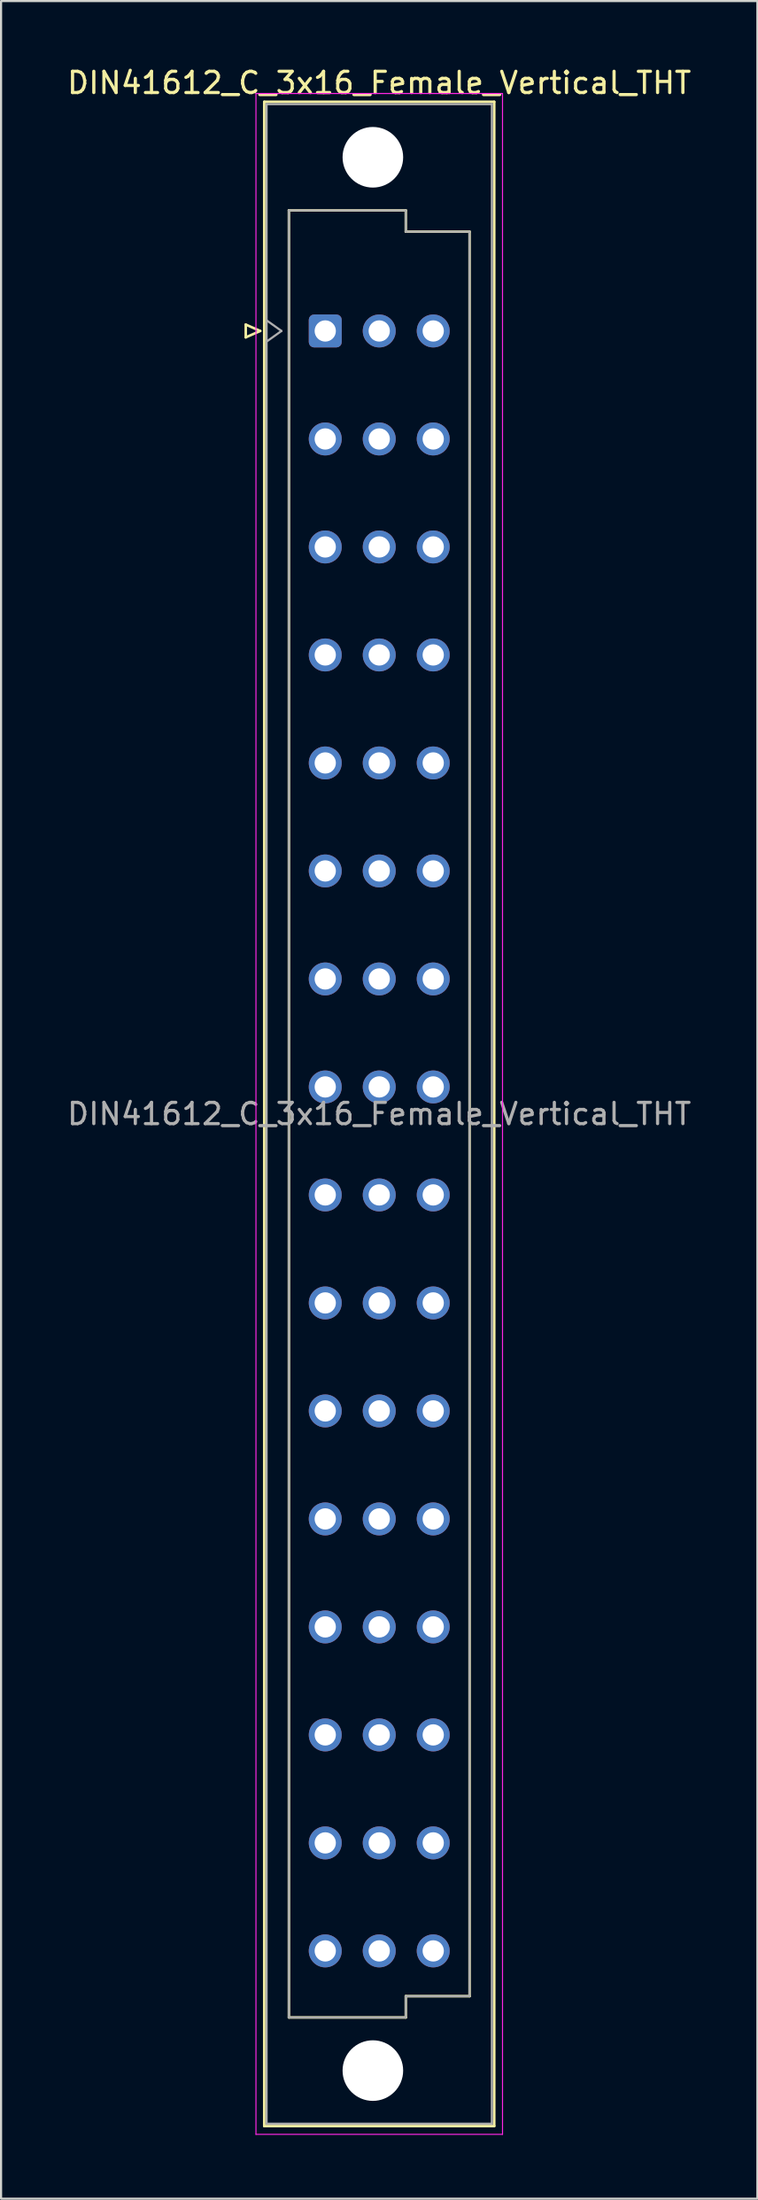
<source format=kicad_pcb>
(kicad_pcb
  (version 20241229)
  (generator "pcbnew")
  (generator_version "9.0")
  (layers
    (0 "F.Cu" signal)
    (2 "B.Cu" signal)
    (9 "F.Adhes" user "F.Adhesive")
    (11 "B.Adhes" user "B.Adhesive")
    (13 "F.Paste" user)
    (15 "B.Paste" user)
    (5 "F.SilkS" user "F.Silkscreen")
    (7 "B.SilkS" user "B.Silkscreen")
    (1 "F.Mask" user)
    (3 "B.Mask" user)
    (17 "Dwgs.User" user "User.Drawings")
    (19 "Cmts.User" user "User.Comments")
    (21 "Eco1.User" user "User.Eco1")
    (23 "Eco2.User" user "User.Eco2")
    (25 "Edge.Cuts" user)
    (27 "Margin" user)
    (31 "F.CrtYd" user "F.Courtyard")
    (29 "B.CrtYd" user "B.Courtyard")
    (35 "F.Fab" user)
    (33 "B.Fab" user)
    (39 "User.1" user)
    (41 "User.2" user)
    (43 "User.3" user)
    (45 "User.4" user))
  (footprint "DIN41612_C_3x16_Female_Vertical_THT"
    (layer "F.Cu")
    (at 12.252 9.978)
    (property "Reference" "DIN41612_C_3x16_Female_Vertical_THT" (at 2.54 -9.13 0) (layer "F.SilkS") (effects (font (size 1 1) (thickness 0.15))))
    (attr through_hole)
    (fp_line (start -3.74 2.24) (end -3.74 2.84) (stroke (width 0.12) (type solid)) (layer "F.SilkS"))
    (fp_line (start -3.74 2.84) (end -3.06 2.54) (stroke (width 0.12) (type solid)) (layer "F.SilkS"))
    (fp_line (start -3.06 2.54) (end -3.74 2.24) (stroke (width 0.12) (type solid)) (layer "F.SilkS"))
    (fp_line (start -2.87 -8.24) (end 7.95 -8.24) (stroke (width 0.12) (type solid)) (layer "F.SilkS"))
    (fp_line (start -2.87 86.98) (end -2.87 -8.24) (stroke (width 0.12) (type solid)) (layer "F.SilkS"))
    (fp_line (start -1.71 -3.131) (end 3.79 -3.131) (stroke (width 0.12) (type solid)) (layer "F.SilkS"))
    (fp_line (start -1.71 81.87) (end -1.71 -3.131) (stroke (width 0.12) (type solid)) (layer "F.SilkS"))
    (fp_line (start 3.79 -3.131) (end 3.79 -2.131) (stroke (width 0.12) (type solid)) (layer "F.SilkS"))
    (fp_line (start 3.79 -2.131) (end 6.79 -2.131) (stroke (width 0.12) (type solid)) (layer "F.SilkS"))
    (fp_line (start 3.79 80.87) (end 3.79 81.87) (stroke (width 0.12) (type solid)) (layer "F.SilkS"))
    (fp_line (start 3.79 81.87) (end -1.71 81.87) (stroke (width 0.12) (type solid)) (layer "F.SilkS"))
    (fp_line (start 6.79 -2.131) (end 6.79 80.87) (stroke (width 0.12) (type solid)) (layer "F.SilkS"))
    (fp_line (start 6.79 80.87) (end 3.79 80.87) (stroke (width 0.12) (type solid)) (layer "F.SilkS"))
    (fp_line (start 7.95 -8.24) (end 7.95 86.98) (stroke (width 0.12) (type solid)) (layer "F.SilkS"))
    (fp_line (start 7.95 86.98) (end -2.87 86.98) (stroke (width 0.12) (type solid)) (layer "F.SilkS"))
    (fp_line (start -3.26 -8.63) (end 8.34 -8.63) (stroke (width 0.05) (type solid)) (layer "F.CrtYd"))
    (fp_line (start -3.26 87.37) (end -3.26 -8.63) (stroke (width 0.05) (type solid)) (layer "F.CrtYd"))
    (fp_line (start 8.34 -8.63) (end 8.34 87.37) (stroke (width 0.05) (type solid)) (layer "F.CrtYd"))
    (fp_line (start 8.34 87.37) (end -3.26 87.37) (stroke (width 0.05) (type solid)) (layer "F.CrtYd"))
    (fp_line (start -2.76 -8.13) (end 7.84 -8.13) (stroke (width 0.1) (type solid)) (layer "F.Fab"))
    (fp_line (start -2.76 2.04) (end -2.06 2.54) (stroke (width 0.1) (type solid)) (layer "F.Fab"))
    (fp_line (start -2.76 86.87) (end -2.76 -8.13) (stroke (width 0.1) (type solid)) (layer "F.Fab"))
    (fp_line (start -2.06 2.54) (end -2.76 3.04) (stroke (width 0.1) (type solid)) (layer "F.Fab"))
    (fp_line (start -1.71 -3.13) (end 3.79 -3.13) (stroke (width 0.1) (type solid)) (layer "F.Fab"))
    (fp_line (start -1.71 81.87) (end -1.71 -3.13) (stroke (width 0.1) (type solid)) (layer "F.Fab"))
    (fp_line (start 3.79 -3.13) (end 3.79 -2.13) (stroke (width 0.1) (type solid)) (layer "F.Fab"))
    (fp_line (start 3.79 -2.13) (end 6.79 -2.13) (stroke (width 0.1) (type solid)) (layer "F.Fab"))
    (fp_line (start 3.79 80.87) (end 3.79 81.87) (stroke (width 0.1) (type solid)) (layer "F.Fab"))
    (fp_line (start 3.79 81.87) (end -1.71 81.87) (stroke (width 0.1) (type solid)) (layer "F.Fab"))
    (fp_line (start 6.79 -2.13) (end 6.79 80.87) (stroke (width 0.1) (type solid)) (layer "F.Fab"))
    (fp_line (start 6.79 80.87) (end 3.79 80.87) (stroke (width 0.1) (type solid)) (layer "F.Fab"))
    (fp_line (start 7.84 -8.13) (end 7.84 86.87) (stroke (width 0.1) (type solid)) (layer "F.Fab"))
    (fp_line (start 7.84 86.87) (end -2.76 86.87) (stroke (width 0.1) (type solid)) (layer "F.Fab"))
    (fp_text user "${REFERENCE}" (at 2.54 39.37 0) (layer "F.Fab") (effects (font (size 1 1) (thickness 0.15))))
    (pad "" np_thru_hole circle (at 2.24 -5.63) (size 2.85 2.85) (drill 2.85) (layers "*.Cu" "*.Mask"))
    (pad "" np_thru_hole circle (at 2.24 84.37) (size 2.85 2.85) (drill 2.85) (layers "*.Cu" "*.Mask"))
    (pad "a2" thru_hole roundrect (at 0 2.54) (size 1.55 1.55) (drill 1) (layers "*.Cu" "*.Mask") (roundrect_rratio 0.161))
    (pad "a4" thru_hole circle (at 0 7.62) (size 1.55 1.55) (drill 1) (layers "*.Cu" "*.Mask"))
    (pad "a6" thru_hole circle (at 0 12.7) (size 1.55 1.55) (drill 1) (layers "*.Cu" "*.Mask"))
    (pad "a8" thru_hole circle (at 0 17.78) (size 1.55 1.55) (drill 1) (layers "*.Cu" "*.Mask"))
    (pad "a10" thru_hole circle (at 0 22.86) (size 1.55 1.55) (drill 1) (layers "*.Cu" "*.Mask"))
    (pad "a12" thru_hole circle (at 0 27.94) (size 1.55 1.55) (drill 1) (layers "*.Cu" "*.Mask"))
    (pad "a14" thru_hole circle (at 0 33.02) (size 1.55 1.55) (drill 1) (layers "*.Cu" "*.Mask"))
    (pad "a16" thru_hole circle (at 0 38.1) (size 1.55 1.55) (drill 1) (layers "*.Cu" "*.Mask"))
    (pad "a18" thru_hole circle (at 0 43.18) (size 1.55 1.55) (drill 1) (layers "*.Cu" "*.Mask"))
    (pad "a20" thru_hole circle (at 0 48.26) (size 1.55 1.55) (drill 1) (layers "*.Cu" "*.Mask"))
    (pad "a22" thru_hole circle (at 0 53.34) (size 1.55 1.55) (drill 1) (layers "*.Cu" "*.Mask"))
    (pad "a24" thru_hole circle (at 0 58.42) (size 1.55 1.55) (drill 1) (layers "*.Cu" "*.Mask"))
    (pad "a26" thru_hole circle (at 0 63.5) (size 1.55 1.55) (drill 1) (layers "*.Cu" "*.Mask"))
    (pad "a28" thru_hole circle (at 0 68.58) (size 1.55 1.55) (drill 1) (layers "*.Cu" "*.Mask"))
    (pad "a30" thru_hole circle (at 0 73.66) (size 1.55 1.55) (drill 1) (layers "*.Cu" "*.Mask"))
    (pad "a32" thru_hole circle (at 0 78.74) (size 1.55 1.55) (drill 1) (layers "*.Cu" "*.Mask"))
    (pad "b2" thru_hole circle (at 2.54 2.54) (size 1.55 1.55) (drill 1) (layers "*.Cu" "*.Mask"))
    (pad "b4" thru_hole circle (at 2.54 7.62) (size 1.55 1.55) (drill 1) (layers "*.Cu" "*.Mask"))
    (pad "b6" thru_hole circle (at 2.54 12.7) (size 1.55 1.55) (drill 1) (layers "*.Cu" "*.Mask"))
    (pad "b8" thru_hole circle (at 2.54 17.78) (size 1.55 1.55) (drill 1) (layers "*.Cu" "*.Mask"))
    (pad "b10" thru_hole circle (at 2.54 22.86) (size 1.55 1.55) (drill 1) (layers "*.Cu" "*.Mask"))
    (pad "b12" thru_hole circle (at 2.54 27.94) (size 1.55 1.55) (drill 1) (layers "*.Cu" "*.Mask"))
    (pad "b14" thru_hole circle (at 2.54 33.02) (size 1.55 1.55) (drill 1) (layers "*.Cu" "*.Mask"))
    (pad "b16" thru_hole circle (at 2.54 38.1) (size 1.55 1.55) (drill 1) (layers "*.Cu" "*.Mask"))
    (pad "b18" thru_hole circle (at 2.54 43.18) (size 1.55 1.55) (drill 1) (layers "*.Cu" "*.Mask"))
    (pad "b20" thru_hole circle (at 2.54 48.26) (size 1.55 1.55) (drill 1) (layers "*.Cu" "*.Mask"))
    (pad "b22" thru_hole circle (at 2.54 53.34) (size 1.55 1.55) (drill 1) (layers "*.Cu" "*.Mask"))
    (pad "b24" thru_hole circle (at 2.54 58.42) (size 1.55 1.55) (drill 1) (layers "*.Cu" "*.Mask"))
    (pad "b26" thru_hole circle (at 2.54 63.5) (size 1.55 1.55) (drill 1) (layers "*.Cu" "*.Mask"))
    (pad "b28" thru_hole circle (at 2.54 68.58) (size 1.55 1.55) (drill 1) (layers "*.Cu" "*.Mask"))
    (pad "b30" thru_hole circle (at 2.54 73.66) (size 1.55 1.55) (drill 1) (layers "*.Cu" "*.Mask"))
    (pad "b32" thru_hole circle (at 2.54 78.74) (size 1.55 1.55) (drill 1) (layers "*.Cu" "*.Mask"))
    (pad "c2" thru_hole circle (at 5.08 2.54) (size 1.55 1.55) (drill 1) (layers "*.Cu" "*.Mask"))
    (pad "c4" thru_hole circle (at 5.08 7.62) (size 1.55 1.55) (drill 1) (layers "*.Cu" "*.Mask"))
    (pad "c6" thru_hole circle (at 5.08 12.7) (size 1.55 1.55) (drill 1) (layers "*.Cu" "*.Mask"))
    (pad "c8" thru_hole circle (at 5.08 17.78) (size 1.55 1.55) (drill 1) (layers "*.Cu" "*.Mask"))
    (pad "c10" thru_hole circle (at 5.08 22.86) (size 1.55 1.55) (drill 1) (layers "*.Cu" "*.Mask"))
    (pad "c12" thru_hole circle (at 5.08 27.94) (size 1.55 1.55) (drill 1) (layers "*.Cu" "*.Mask"))
    (pad "c14" thru_hole circle (at 5.08 33.02) (size 1.55 1.55) (drill 1) (layers "*.Cu" "*.Mask"))
    (pad "c16" thru_hole circle (at 5.08 38.1) (size 1.55 1.55) (drill 1) (layers "*.Cu" "*.Mask"))
    (pad "c18" thru_hole circle (at 5.08 43.18) (size 1.55 1.55) (drill 1) (layers "*.Cu" "*.Mask"))
    (pad "c20" thru_hole circle (at 5.08 48.26) (size 1.55 1.55) (drill 1) (layers "*.Cu" "*.Mask"))
    (pad "c22" thru_hole circle (at 5.08 53.34) (size 1.55 1.55) (drill 1) (layers "*.Cu" "*.Mask"))
    (pad "c24" thru_hole circle (at 5.08 58.42) (size 1.55 1.55) (drill 1) (layers "*.Cu" "*.Mask"))
    (pad "c26" thru_hole circle (at 5.08 63.5) (size 1.55 1.55) (drill 1) (layers "*.Cu" "*.Mask"))
    (pad "c28" thru_hole circle (at 5.08 68.58) (size 1.55 1.55) (drill 1) (layers "*.Cu" "*.Mask"))
    (pad "c30" thru_hole circle (at 5.08 73.66) (size 1.55 1.55) (drill 1) (layers "*.Cu" "*.Mask"))
    (pad "c32" thru_hole circle (at 5.08 78.74) (size 1.55 1.55) (drill 1) (layers "*.Cu" "*.Mask")))
  (gr_rect
    (start -3 -3)
    (end 32.583 100.373)
    (stroke (width 0.1) (type default))
    (fill no)
    (layer "Edge.Cuts")))
</source>
